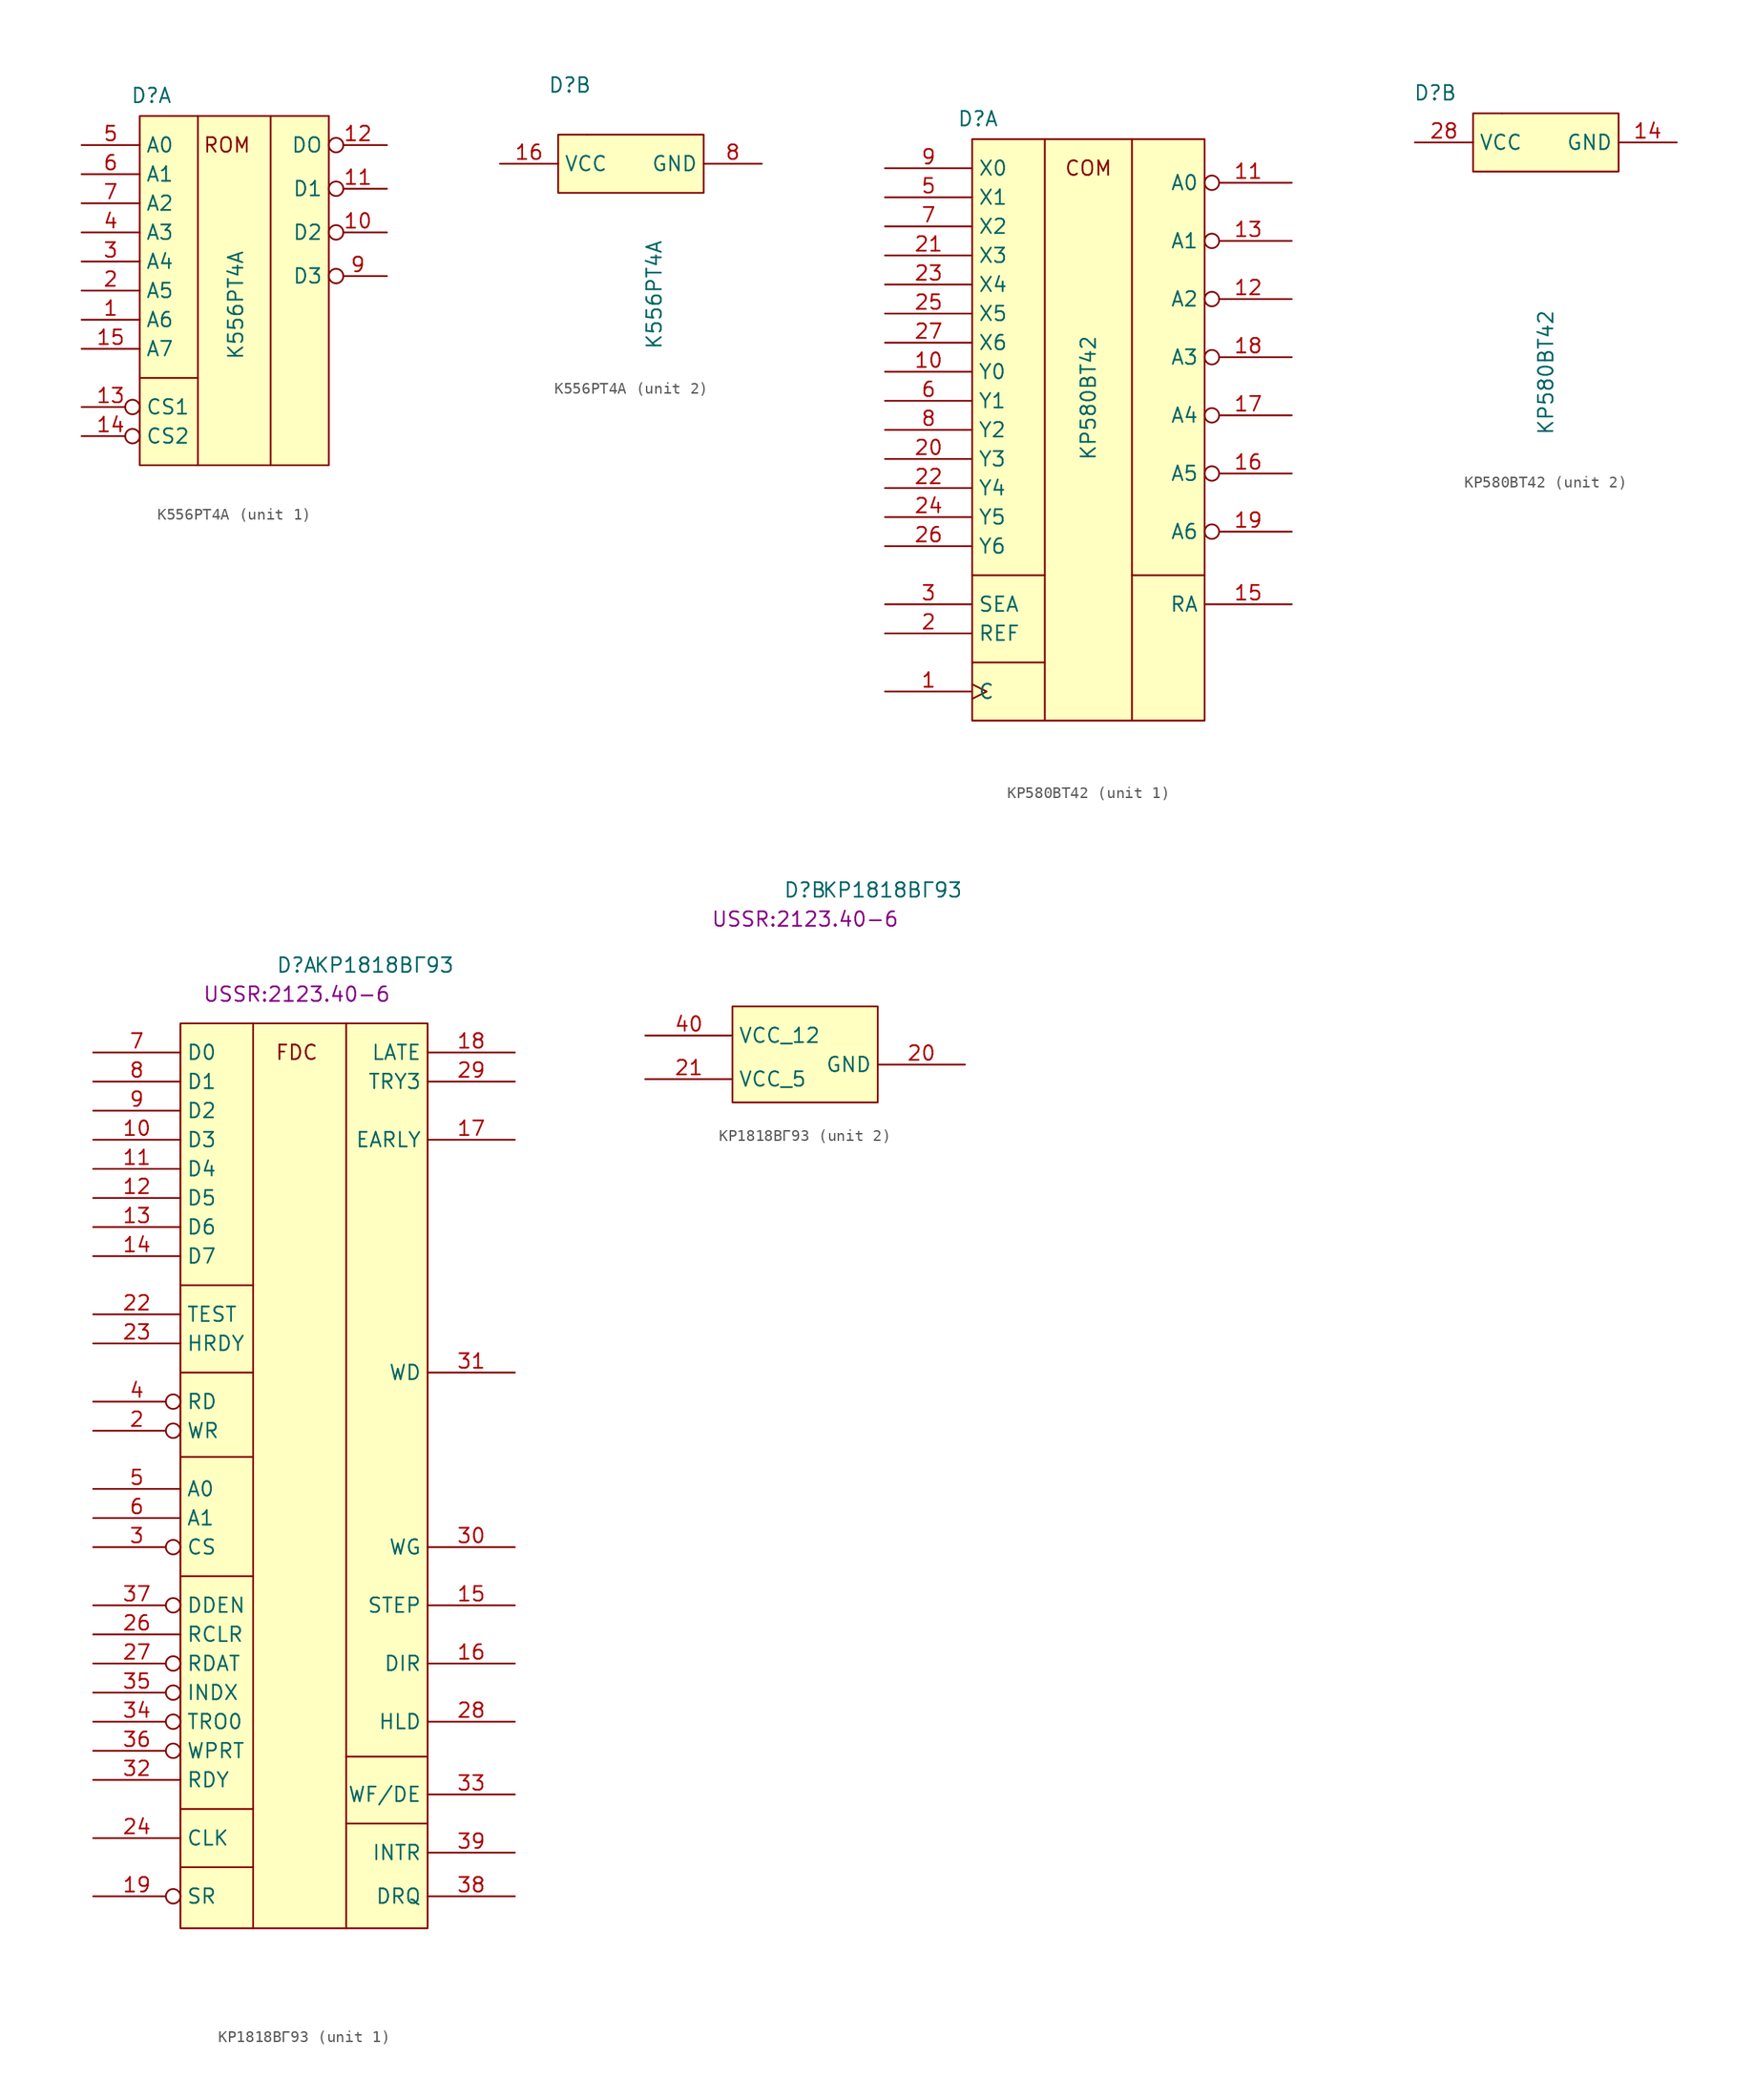
<source format=kicad_sym>
(kicad_symbol_lib
  (version 20231120)
  (generator "kicad_symbol_editor")
  (generator_version "8.0")
  (symbol "К556РТ4А"
    (property "Reference" "D"
      (at -4.064 -5.842 0)
      (effects (font (size 1.27 1.27))))
    (property "Value" "К556РТ4А"
      (at 3.302 -24.13 90)
      (effects (font (size 1.27 1.27))))
    (property "ki_locked" ""
      (at 0 0 0)
      (effects (font (size 1.27 1.27))))
    (symbol "К556РТ4А_1_1"
      (rectangle (start -5.08 -7.62) (end 11.43 -38.1) (stroke (width 0) (type default)) (fill (type background)))
      (polyline (pts (xy -5.08 -30.48) (xy 0 -30.48)) (stroke (width 0) (type default)) (fill (type none)))
      (polyline (pts (xy 0 -7.62) (xy 0 -38.1)) (stroke (width 0) (type default)) (fill (type none)))
      (polyline (pts (xy 6.35 -7.62) (xy 6.35 -38.1)) (stroke (width 0) (type default)) (fill (type none)))
      (text "ROM" (at 2.54 -10.16 0) (effects (font (size 1.27 1.27))))
      (pin input line (at -10.16 -25.4 0) (length 5.08) (name "A6" (effects (font (size 1.27 1.27)))) (number "1" (effects (font (size 1.27 1.27)))))
      (pin output inverted (at 16.51 -17.78 180) (length 5.08) (name "D2" (effects (font (size 1.27 1.27)))) (number "10" (effects (font (size 1.27 1.27)))))
      (pin output inverted (at 16.51 -13.97 180) (length 5.08) (name "D1" (effects (font (size 1.27 1.27)))) (number "11" (effects (font (size 1.27 1.27)))))
      (pin output inverted (at 16.51 -10.16 180) (length 5.08) (name "DO" (effects (font (size 1.27 1.27)))) (number "12" (effects (font (size 1.27 1.27)))))
      (pin output inverted (at -10.16 -33.02 0) (length 5.08) (name "CS1" (effects (font (size 1.27 1.27)))) (number "13" (effects (font (size 1.27 1.27)))))
      (pin output inverted (at -10.16 -35.56 0) (length 5.08) (name "CS2" (effects (font (size 1.27 1.27)))) (number "14" (effects (font (size 1.27 1.27)))))
      (pin input line (at -10.16 -27.94 0) (length 5.08) (name "A7" (effects (font (size 1.27 1.27)))) (number "15" (effects (font (size 1.27 1.27)))))
      (pin input line (at -10.16 -22.86 0) (length 5.08) (name "A5" (effects (font (size 1.27 1.27)))) (number "2" (effects (font (size 1.27 1.27)))))
      (pin input line (at -10.16 -20.32 0) (length 5.08) (name "A4" (effects (font (size 1.27 1.27)))) (number "3" (effects (font (size 1.27 1.27)))))
      (pin input line (at -10.16 -17.78 0) (length 5.08) (name "A3" (effects (font (size 1.27 1.27)))) (number "4" (effects (font (size 1.27 1.27)))))
      (pin input line (at -10.16 -10.16 0) (length 5.08) (name "A0" (effects (font (size 1.27 1.27)))) (number "5" (effects (font (size 1.27 1.27)))))
      (pin input line (at -10.16 -12.7 0) (length 5.08) (name "A1" (effects (font (size 1.27 1.27)))) (number "6" (effects (font (size 1.27 1.27)))))
      (pin input line (at -10.16 -15.24 0) (length 5.08) (name "A2" (effects (font (size 1.27 1.27)))) (number "7" (effects (font (size 1.27 1.27)))))
      (pin output inverted (at 16.51 -21.59 180) (length 5.08) (name "D3" (effects (font (size 1.27 1.27)))) (number "9" (effects (font (size 1.27 1.27))))))
    (symbol "К556РТ4А_2_1"
      (rectangle (start -5.08 -10.16) (end 7.62 -15.24) (stroke (width 0) (type default)) (fill (type background)))
      (rectangle (start -2.54 -10.16) (end -2.54 -10.16) (stroke (width 0) (type default)) (fill (type none)))
      (pin power_in line (at -10.16 -12.7 0) (length 5.08) (name "VCC" (effects (font (size 1.27 1.27)))) (number "16" (effects (font (size 1.27 1.27)))))
      (pin power_in line (at 12.7 -12.7 180) (length 5.08) (name "GND" (effects (font (size 1.27 1.27)))) (number "8" (effects (font (size 1.27 1.27)))))))
  (symbol "КР580ВТ42"
    (property "Reference" "D"
      (at -9.652 1.778 0)
      (effects (font (size 1.27 1.27))))
    (property "Value" "КР580ВТ42"
      (at 0 -22.606 90)
      (effects (font (size 1.27 1.27))))
    (property "ki_locked" ""
      (at 0 0 0)
      (effects (font (size 1.27 1.27))))
    (symbol "КР580ВТ42_1_0"
      (text "COM" (at 0 -2.54 0) (effects (font (size 1.27 1.27)))))
    (symbol "КР580ВТ42_1_1"
      (rectangle (start -10.16 0) (end 10.16 -50.8) (stroke (width 0) (type default)) (fill (type background)))
      (polyline (pts (xy -10.16 -45.72) (xy -3.81 -45.72)) (stroke (width 0) (type default)) (fill (type none)))
      (polyline (pts (xy -10.16 -38.1) (xy -3.81 -38.1)) (stroke (width 0) (type default)) (fill (type none)))
      (polyline (pts (xy -3.81 0) (xy -3.81 -50.8)) (stroke (width 0) (type default)) (fill (type none)))
      (polyline (pts (xy 3.81 -38.1) (xy 10.16 -38.1)) (stroke (width 0) (type default)) (fill (type none)))
      (polyline (pts (xy 3.81 0) (xy 3.81 -50.8)) (stroke (width 0) (type default)) (fill (type none)))
      (pin input clock (at -17.78 -48.26 0) (length 7.62) (name "C" (effects (font (size 1.27 1.27)))) (number "1" (effects (font (size 1.27 1.27)))))
      (pin input line (at -17.78 -20.32 0) (length 7.62) (name "Y0" (effects (font (size 1.27 1.27)))) (number "10" (effects (font (size 1.27 1.27)))))
      (pin output inverted (at 17.78 -3.81 180) (length 7.62) (name "A0" (effects (font (size 1.27 1.27)))) (number "11" (effects (font (size 1.27 1.27)))))
      (pin output inverted (at 17.78 -13.97 180) (length 7.62) (name "A2" (effects (font (size 1.27 1.27)))) (number "12" (effects (font (size 1.27 1.27)))))
      (pin output inverted (at 17.78 -8.89 180) (length 7.62) (name "A1" (effects (font (size 1.27 1.27)))) (number "13" (effects (font (size 1.27 1.27)))))
      (pin output line (at 17.78 -40.64 180) (length 7.62) (name "RA" (effects (font (size 1.27 1.27)))) (number "15" (effects (font (size 1.27 1.27)))))
      (pin output inverted (at 17.78 -29.21 180) (length 7.62) (name "A5" (effects (font (size 1.27 1.27)))) (number "16" (effects (font (size 1.27 1.27)))))
      (pin output inverted (at 17.78 -24.13 180) (length 7.62) (name "A4" (effects (font (size 1.27 1.27)))) (number "17" (effects (font (size 1.27 1.27)))))
      (pin output inverted (at 17.78 -19.05 180) (length 7.62) (name "A3" (effects (font (size 1.27 1.27)))) (number "18" (effects (font (size 1.27 1.27)))))
      (pin output inverted (at 17.78 -34.29 180) (length 7.62) (name "A6" (effects (font (size 1.27 1.27)))) (number "19" (effects (font (size 1.27 1.27)))))
      (pin input line (at -17.78 -43.18 0) (length 7.62) (name "REF" (effects (font (size 1.27 1.27)))) (number "2" (effects (font (size 1.27 1.27)))))
      (pin input line (at -17.78 -27.94 0) (length 7.62) (name "Y3" (effects (font (size 1.27 1.27)))) (number "20" (effects (font (size 1.27 1.27)))))
      (pin input line (at -17.78 -10.16 0) (length 7.62) (name "X3" (effects (font (size 1.27 1.27)))) (number "21" (effects (font (size 1.27 1.27)))))
      (pin input line (at -17.78 -30.48 0) (length 7.62) (name "Y4" (effects (font (size 1.27 1.27)))) (number "22" (effects (font (size 1.27 1.27)))))
      (pin input line (at -17.78 -12.7 0) (length 7.62) (name "X4" (effects (font (size 1.27 1.27)))) (number "23" (effects (font (size 1.27 1.27)))))
      (pin input line (at -17.78 -33.02 0) (length 7.62) (name "Y5" (effects (font (size 1.27 1.27)))) (number "24" (effects (font (size 1.27 1.27)))))
      (pin input line (at -17.78 -15.24 0) (length 7.62) (name "X5" (effects (font (size 1.27 1.27)))) (number "25" (effects (font (size 1.27 1.27)))))
      (pin input line (at -17.78 -35.56 0) (length 7.62) (name "Y6" (effects (font (size 1.27 1.27)))) (number "26" (effects (font (size 1.27 1.27)))))
      (pin input line (at -17.78 -17.78 0) (length 7.62) (name "X6" (effects (font (size 1.27 1.27)))) (number "27" (effects (font (size 1.27 1.27)))))
      (pin input line (at -17.78 -40.64 0) (length 7.62) (name "SEA" (effects (font (size 1.27 1.27)))) (number "3" (effects (font (size 1.27 1.27)))))
      (pin input line (at -17.78 -5.08 0) (length 7.62) (name "X1" (effects (font (size 1.27 1.27)))) (number "5" (effects (font (size 1.27 1.27)))))
      (pin input line (at -17.78 -22.86 0) (length 7.62) (name "Y1" (effects (font (size 1.27 1.27)))) (number "6" (effects (font (size 1.27 1.27)))))
      (pin input line (at -17.78 -7.62 0) (length 7.62) (name "X2" (effects (font (size 1.27 1.27)))) (number "7" (effects (font (size 1.27 1.27)))))
      (pin input line (at -17.78 -25.4 0) (length 7.62) (name "Y2" (effects (font (size 1.27 1.27)))) (number "8" (effects (font (size 1.27 1.27)))))
      (pin input line (at -17.78 -2.54 0) (length 7.62) (name "X0" (effects (font (size 1.27 1.27)))) (number "9" (effects (font (size 1.27 1.27))))))
    (symbol "КР580ВТ42_2_1"
      (rectangle (start -6.35 0) (end 6.35 -5.08) (stroke (width 0) (type default)) (fill (type background)))
      (rectangle (start -3.81 0) (end -3.81 0) (stroke (width 0) (type default)) (fill (type none)))
      (pin power_in line (at 11.43 -2.54 180) (length 5.08) (name "GND" (effects (font (size 1.27 1.27)))) (number "14" (effects (font (size 1.27 1.27)))))
      (pin power_in line (at -11.43 -2.54 0) (length 5.08) (name "VCC" (effects (font (size 1.27 1.27)))) (number "28" (effects (font (size 1.27 1.27)))))))
  (symbol "КР1818ВГ93"
    (property "Reference" "D"
      (at 0 0 0)
      (effects (font (size 1.27 1.27))))
    (property "Value" "КР1818ВГ93"
      (at 7.62 0 0)
      (effects (font (size 1.27 1.27))))
    (property "Footprint" "USSR:2123.40-6"
      (at 0 -2.54 0)
      (effects (font (size 1.27 1.27))))
    (property "ki_locked" ""
      (at 0 0 0)
      (effects (font (size 1.27 1.27))))
    (symbol "КР1818ВГ93_1_0"
      (text "FDC" (at 0 -7.62 0) (effects (font (size 1.27 1.27)))))
    (symbol "КР1818ВГ93_1_1"
      (rectangle (start -10.16 -5.08) (end 11.43 -84.074) (stroke (width 0) (type default)) (fill (type background)))
      (polyline (pts (xy -10.16 -78.74) (xy -3.81 -78.74)) (stroke (width 0) (type default)) (fill (type none)))
      (polyline (pts (xy -10.16 -73.66) (xy -3.81 -73.66)) (stroke (width 0) (type default)) (fill (type none)))
      (polyline (pts (xy -10.16 -53.34) (xy -3.81 -53.34)) (stroke (width 0) (type default)) (fill (type none)))
      (polyline (pts (xy -10.16 -42.926) (xy -3.81 -42.926)) (stroke (width 0) (type default)) (fill (type none)))
      (polyline (pts (xy -10.16 -35.56) (xy -3.81 -35.56)) (stroke (width 0) (type default)) (fill (type none)))
      (polyline (pts (xy -10.16 -27.94) (xy -3.81 -27.94)) (stroke (width 0) (type default)) (fill (type none)))
      (polyline (pts (xy -3.81 -5.08) (xy -3.81 -84.074)) (stroke (width 0) (type default)) (fill (type none)))
      (polyline (pts (xy 4.318 -74.93) (xy 11.43 -74.93)) (stroke (width 0) (type default)) (fill (type none)))
      (polyline (pts (xy 4.318 -69.088) (xy 11.43 -69.088)) (stroke (width 0) (type default)) (fill (type none)))
      (polyline (pts (xy 4.318 -5.08) (xy 4.318 -84.074)) (stroke (width 0) (type default)) (fill (type none)))
      (pin bidirectional line (at -17.78 -15.24 0) (length 7.62) (name "D3" (effects (font (size 1.27 1.27)))) (number "10" (effects (font (size 1.27 1.27)))))
      (pin bidirectional line (at -17.78 -17.78 0) (length 7.62) (name "D4" (effects (font (size 1.27 1.27)))) (number "11" (effects (font (size 1.27 1.27)))))
      (pin bidirectional line (at -17.78 -20.32 0) (length 7.62) (name "D5" (effects (font (size 1.27 1.27)))) (number "12" (effects (font (size 1.27 1.27)))))
      (pin bidirectional line (at -17.78 -22.86 0) (length 7.62) (name "D6" (effects (font (size 1.27 1.27)))) (number "13" (effects (font (size 1.27 1.27)))))
      (pin bidirectional line (at -17.78 -25.4 0) (length 7.62) (name "D7" (effects (font (size 1.27 1.27)))) (number "14" (effects (font (size 1.27 1.27)))))
      (pin output line (at 19.05 -55.88 180) (length 7.62) (name "STEP" (effects (font (size 1.27 1.27)))) (number "15" (effects (font (size 1.27 1.27)))))
      (pin output line (at 19.05 -60.96 180) (length 7.62) (name "DIR" (effects (font (size 1.27 1.27)))) (number "16" (effects (font (size 1.27 1.27)))))
      (pin output line (at 19.05 -15.24 180) (length 7.62) (name "EARLY" (effects (font (size 1.27 1.27)))) (number "17" (effects (font (size 1.27 1.27)))))
      (pin output line (at 19.05 -7.62 180) (length 7.62) (name "LATE" (effects (font (size 1.27 1.27)))) (number "18" (effects (font (size 1.27 1.27)))))
      (pin input inverted (at -17.78 -81.28 0) (length 7.62) (name "SR" (effects (font (size 1.27 1.27)))) (number "19" (effects (font (size 1.27 1.27)))))
      (pin input inverted (at -17.78 -40.64 0) (length 7.62) (name "WR" (effects (font (size 1.27 1.27)))) (number "2" (effects (font (size 1.27 1.27)))))
      (pin input line (at -17.78 -30.48 0) (length 7.62) (name "TEST" (effects (font (size 1.27 1.27)))) (number "22" (effects (font (size 1.27 1.27)))))
      (pin input line (at -17.78 -33.02 0) (length 7.62) (name "HRDY" (effects (font (size 1.27 1.27)))) (number "23" (effects (font (size 1.27 1.27)))))
      (pin input line (at -17.78 -76.2 0) (length 7.62) (name "CLK" (effects (font (size 1.27 1.27)))) (number "24" (effects (font (size 1.27 1.27)))))
      (pin input line (at -17.78 -58.42 0) (length 7.62) (name "RCLR" (effects (font (size 1.27 1.27)))) (number "26" (effects (font (size 1.27 1.27)))))
      (pin input inverted (at -17.78 -60.96 0) (length 7.62) (name "RDAT" (effects (font (size 1.27 1.27)))) (number "27" (effects (font (size 1.27 1.27)))))
      (pin output line (at 19.05 -66.04 180) (length 7.62) (name "HLD" (effects (font (size 1.27 1.27)))) (number "28" (effects (font (size 1.27 1.27)))))
      (pin output line (at 19.05 -10.16 180) (length 7.62) (name "TRY3" (effects (font (size 1.27 1.27)))) (number "29" (effects (font (size 1.27 1.27)))))
      (pin input inverted (at -17.78 -50.8 0) (length 7.62) (name "CS" (effects (font (size 1.27 1.27)))) (number "3" (effects (font (size 1.27 1.27)))))
      (pin output line (at 19.05 -50.8 180) (length 7.62) (name "WG" (effects (font (size 1.27 1.27)))) (number "30" (effects (font (size 1.27 1.27)))))
      (pin output line (at 19.05 -35.56 180) (length 7.62) (name "WD" (effects (font (size 1.27 1.27)))) (number "31" (effects (font (size 1.27 1.27)))))
      (pin input line (at -17.78 -71.12 0) (length 7.62) (name "RDY" (effects (font (size 1.27 1.27)))) (number "32" (effects (font (size 1.27 1.27)))))
      (pin bidirectional line (at 19.05 -72.39 180) (length 7.62) (name "WF/DE" (effects (font (size 1.27 1.27)))) (number "33" (effects (font (size 1.27 1.27)))))
      (pin input inverted (at -17.78 -66.04 0) (length 7.62) (name "TRO0" (effects (font (size 1.27 1.27)))) (number "34" (effects (font (size 1.27 1.27)))))
      (pin input inverted (at -17.78 -63.5 0) (length 7.62) (name "INDX" (effects (font (size 1.27 1.27)))) (number "35" (effects (font (size 1.27 1.27)))))
      (pin input inverted (at -17.78 -68.58 0) (length 7.62) (name "WPRT" (effects (font (size 1.27 1.27)))) (number "36" (effects (font (size 1.27 1.27)))))
      (pin input inverted (at -17.78 -55.88 0) (length 7.62) (name "DDEN" (effects (font (size 1.27 1.27)))) (number "37" (effects (font (size 1.27 1.27)))))
      (pin output line (at 19.05 -81.28 180) (length 7.62) (name "DRQ" (effects (font (size 1.27 1.27)))) (number "38" (effects (font (size 1.27 1.27)))))
      (pin output line (at 19.05 -77.47 180) (length 7.62) (name "INTR" (effects (font (size 1.27 1.27)))) (number "39" (effects (font (size 1.27 1.27)))))
      (pin input inverted (at -17.78 -38.1 0) (length 7.62) (name "RD" (effects (font (size 1.27 1.27)))) (number "4" (effects (font (size 1.27 1.27)))))
      (pin input line (at -17.78 -45.72 0) (length 7.62) (name "A0" (effects (font (size 1.27 1.27)))) (number "5" (effects (font (size 1.27 1.27)))))
      (pin input line (at -17.78 -48.26 0) (length 7.62) (name "A1" (effects (font (size 1.27 1.27)))) (number "6" (effects (font (size 1.27 1.27)))))
      (pin bidirectional line (at -17.78 -7.62 0) (length 7.62) (name "D0" (effects (font (size 1.27 1.27)))) (number "7" (effects (font (size 1.27 1.27)))))
      (pin bidirectional line (at -17.78 -10.16 0) (length 7.62) (name "D1" (effects (font (size 1.27 1.27)))) (number "8" (effects (font (size 1.27 1.27)))))
      (pin bidirectional line (at -17.78 -12.7 0) (length 7.62) (name "D2" (effects (font (size 1.27 1.27)))) (number "9" (effects (font (size 1.27 1.27))))))
    (symbol "КР1818ВГ93_2_1"
      (rectangle (start -6.35 -10.16) (end 6.35 -18.542) (stroke (width 0) (type default)) (fill (type background)))
      (pin power_in line (at 13.97 -15.24 180) (length 7.62) (name "GND" (effects (font (size 1.27 1.27)))) (number "20" (effects (font (size 1.27 1.27)))))
      (pin power_in line (at -13.97 -16.51 0) (length 7.62) (name "VCC_5" (effects (font (size 1.27 1.27)))) (number "21" (effects (font (size 1.27 1.27)))))
      (pin power_in line (at -13.97 -12.7 0) (length 7.62) (name "VCC_12" (effects (font (size 1.27 1.27)))) (number "40" (effects (font (size 1.27 1.27))))))))
</source>
